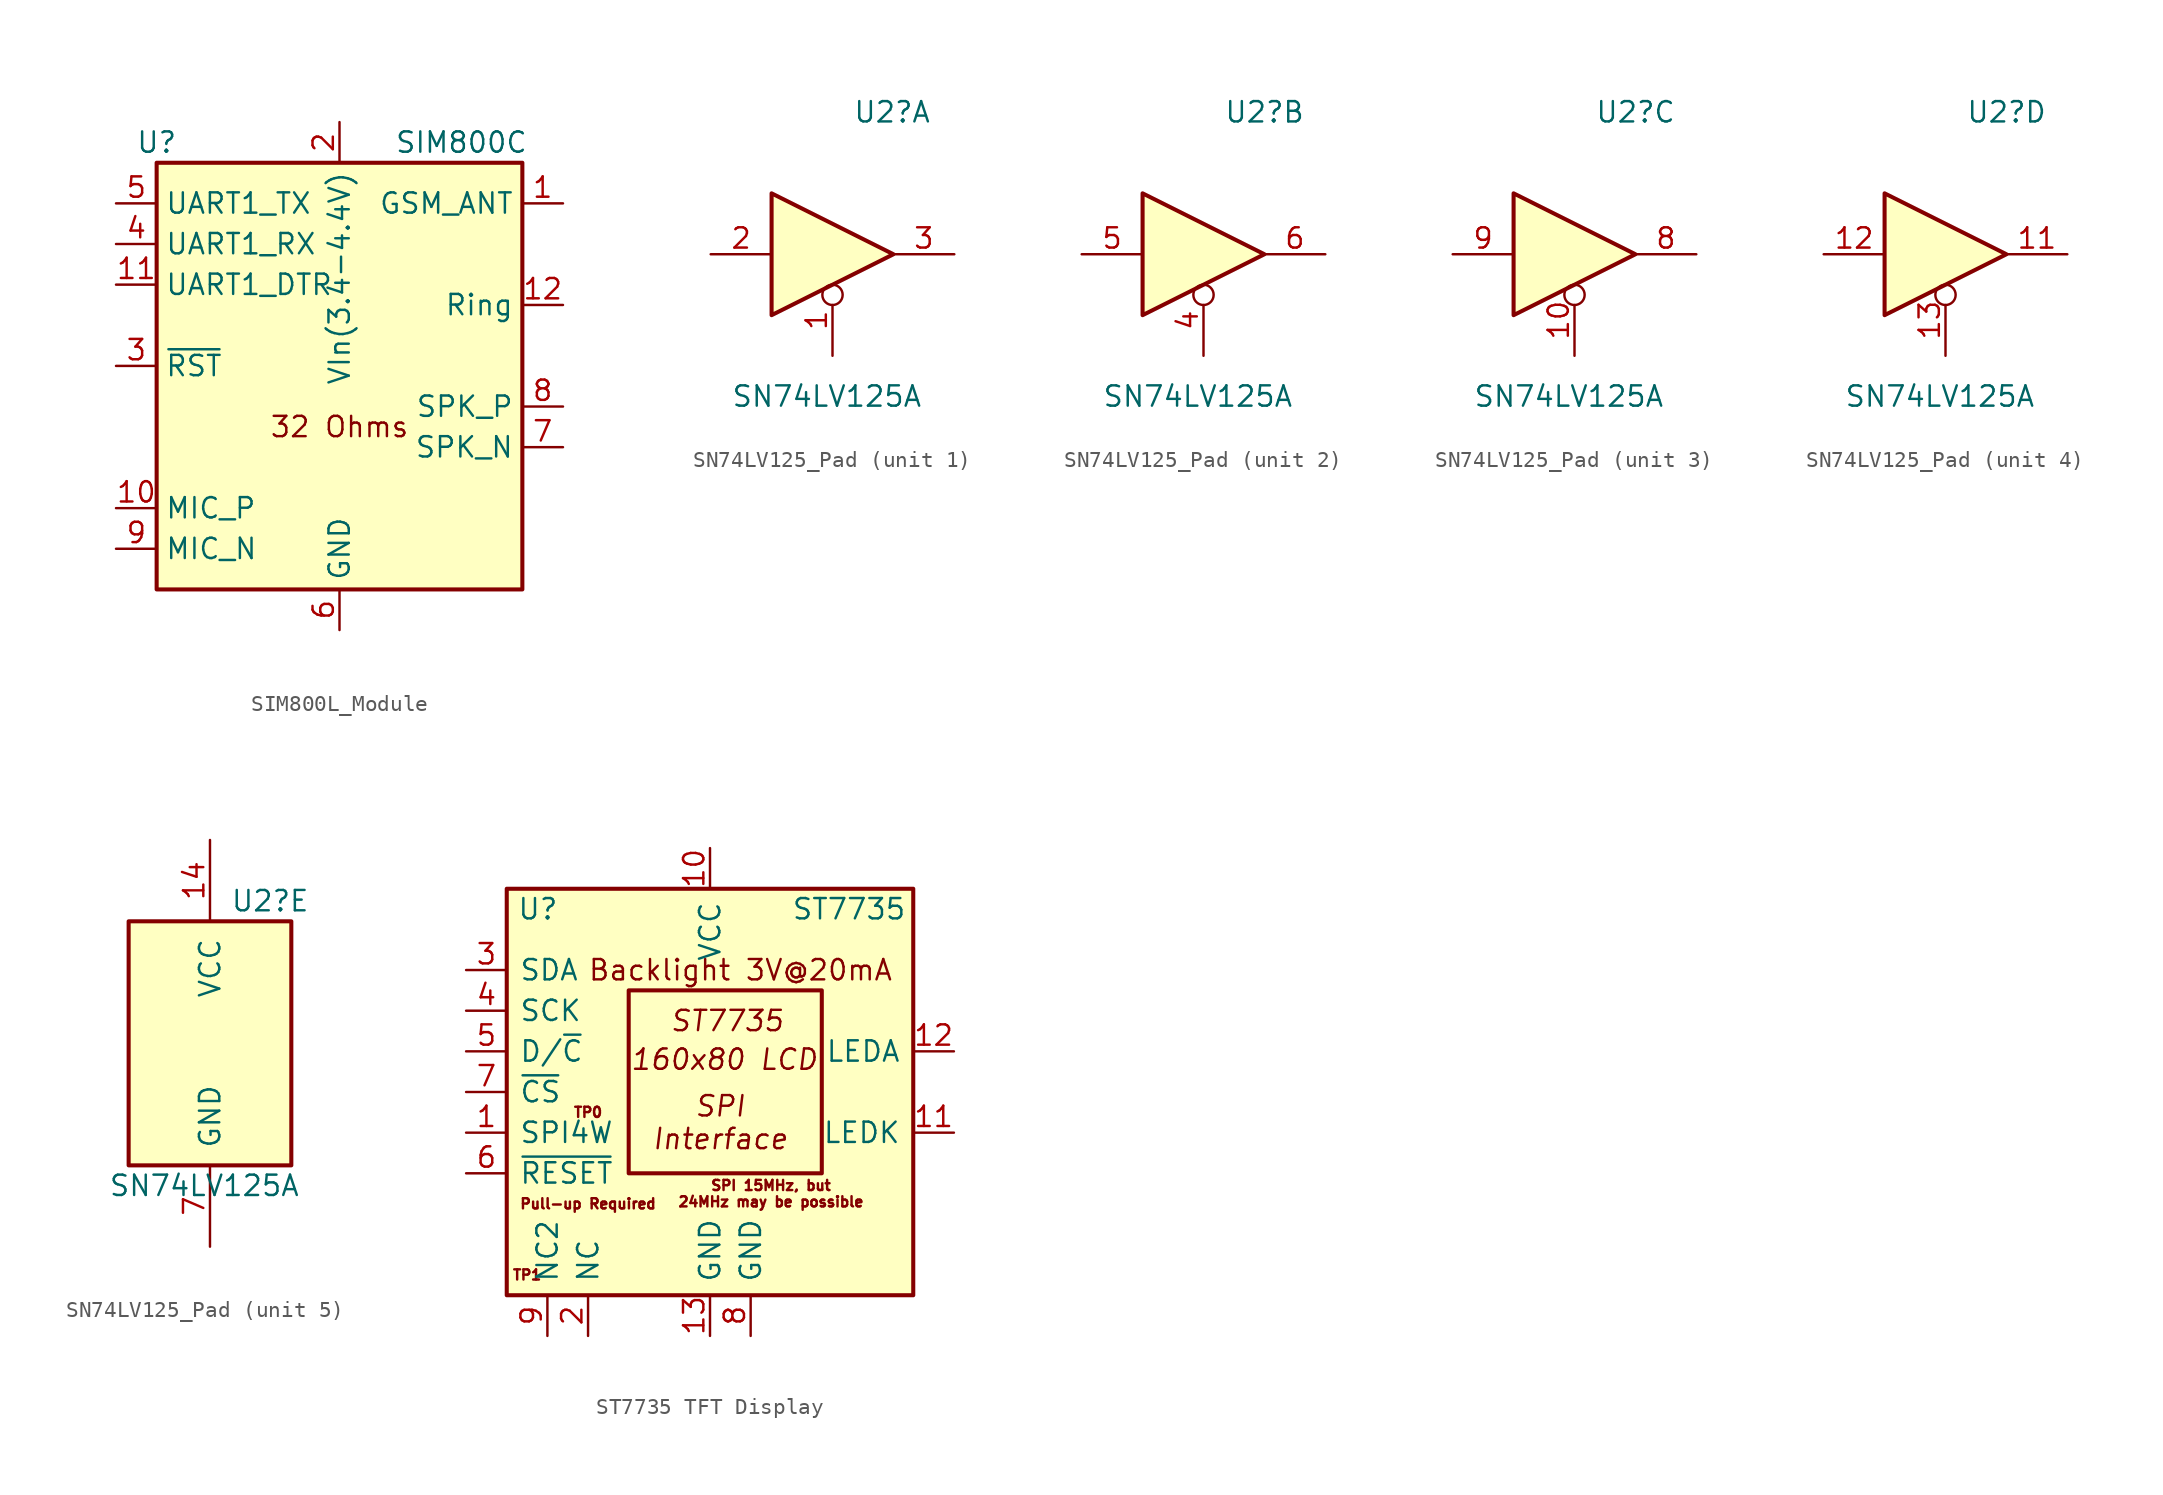
<source format=kicad_sym>
(kicad_symbol_lib
  (version 20231120)
  (generator "kicad_symbol_editor")
  (generator_version "8.0")
  (symbol "SIM800L_Module"
    (property "Reference" "U"
      (at -11.43 13.97 0)
      (effects (font (size 1.27 1.27))))
    (property "Value" "SIM800C"
      (at 7.62 13.97 0)
      (effects (font (size 1.27 1.27))))
    (symbol "SIM800L_Module_0_1"
      (rectangle (start -11.43 12.7) (end 11.43 -13.97) (stroke (width 0.254) (type default)) (fill (type background)))
      (text "32 Ohms" (at 0 -3.81 0) (effects (font (size 1.27 1.27)))))
    (symbol "SIM800L_Module_1_1"
      (pin passive line (at 13.97 10.16 180) (length 2.54) (name "GSM_ANT" (effects (font (size 1.27 1.27)))) (number "1" (effects (font (size 1.27 1.27)))))
      (pin input line (at -13.97 -8.89 0) (length 2.54) (name "MIC_P" (effects (font (size 1.27 1.27)))) (number "10" (effects (font (size 1.27 1.27)))))
      (pin input line (at -13.97 5.08 0) (length 2.54) (name "UART1_DTR" (effects (font (size 1.27 1.27)))) (number "11" (effects (font (size 1.27 1.27)))))
      (pin output line (at 13.97 3.81 180) (length 2.54) (name "Ring" (effects (font (size 1.27 1.27)))) (number "12" (effects (font (size 1.27 1.27)))))
      (pin power_in line (at 0 15.24 270) (length 2.54) (name "VIn(3.4-4.4V)" (effects (font (size 1.27 1.27)))) (number "2" (effects (font (size 1.27 1.27)))))
      (pin input line (at -13.97 0 0) (length 2.54) (name "~{RST}" (effects (font (size 1.27 1.27)))) (number "3" (effects (font (size 1.27 1.27)))))
      (pin input line (at -13.97 7.62 0) (length 2.54) (name "UART1_RX" (effects (font (size 1.27 1.27)))) (number "4" (effects (font (size 1.27 1.27)))))
      (pin output line (at -13.97 10.16 0) (length 2.54) (name "UART1_TX" (effects (font (size 1.27 1.27)))) (number "5" (effects (font (size 1.27 1.27)))))
      (pin power_in line (at 0 -16.51 90) (length 2.54) (name "GND" (effects (font (size 1.27 1.27)))) (number "6" (effects (font (size 1.27 1.27)))))
      (pin output line (at 13.97 -5.08 180) (length 2.54) (name "SPK_N" (effects (font (size 1.27 1.27)))) (number "7" (effects (font (size 1.27 1.27)))))
      (pin output line (at 13.97 -2.54 180) (length 2.54) (name "SPK_P" (effects (font (size 1.27 1.27)))) (number "8" (effects (font (size 1.27 1.27)))))
      (pin input line (at -13.97 -11.43 0) (length 2.54) (name "MIC_N" (effects (font (size 1.27 1.27)))) (number "9" (effects (font (size 1.27 1.27)))))))
  (symbol "SN74LV125_Pad"
    (pin_names
      (offset 1.016))
    (property "Reference" "U2"
      (at 1.27 8.89 0)
      (effects (font (size 1.27 1.27)) (justify left)))
    (property "Value" "SN74LV125A"
      (at -6.35 -8.89 0)
      (effects (font (size 1.27 1.27)) (justify left)))
    (property "ki_locked" ""
      (at 0 0 0)
      (effects (font (size 1.27 1.27))))
    (symbol "SN74LV125_Pad_1_0"
      (polyline (pts (xy -3.81 3.81) (xy -3.81 -3.81) (xy 3.81 0) (xy -3.81 3.81)) (stroke (width 0.254) (type default)) (fill (type background)))
      (pin input inverted (at 0 -6.35 90) (length 4.445) (name "~" (effects (font (size 1.27 1.27)))) (number "1" (effects (font (size 1.27 1.27)))))
      (pin input line (at -7.62 0 0) (length 3.81) (name "~" (effects (font (size 1.27 1.27)))) (number "2" (effects (font (size 1.27 1.27)))))
      (pin tri_state line (at 7.62 0 180) (length 3.81) (name "~" (effects (font (size 1.27 1.27)))) (number "3" (effects (font (size 1.27 1.27))))))
    (symbol "SN74LV125_Pad_2_0"
      (polyline (pts (xy -3.81 3.81) (xy -3.81 -3.81) (xy 3.81 0) (xy -3.81 3.81)) (stroke (width 0.254) (type default)) (fill (type background)))
      (pin input inverted (at 0 -6.35 90) (length 4.445) (name "~" (effects (font (size 1.27 1.27)))) (number "4" (effects (font (size 1.27 1.27)))))
      (pin input line (at -7.62 0 0) (length 3.81) (name "~" (effects (font (size 1.27 1.27)))) (number "5" (effects (font (size 1.27 1.27)))))
      (pin tri_state line (at 7.62 0 180) (length 3.81) (name "~" (effects (font (size 1.27 1.27)))) (number "6" (effects (font (size 1.27 1.27))))))
    (symbol "SN74LV125_Pad_3_0"
      (polyline (pts (xy -3.81 3.81) (xy -3.81 -3.81) (xy 3.81 0) (xy -3.81 3.81)) (stroke (width 0.254) (type default)) (fill (type background)))
      (pin input inverted (at 0 -6.35 90) (length 4.445) (name "~" (effects (font (size 1.27 1.27)))) (number "10" (effects (font (size 1.27 1.27)))))
      (pin tri_state line (at 7.62 0 180) (length 3.81) (name "~" (effects (font (size 1.27 1.27)))) (number "8" (effects (font (size 1.27 1.27)))))
      (pin input line (at -7.62 0 0) (length 3.81) (name "~" (effects (font (size 1.27 1.27)))) (number "9" (effects (font (size 1.27 1.27))))))
    (symbol "SN74LV125_Pad_4_0"
      (polyline (pts (xy -3.81 3.81) (xy -3.81 -3.81) (xy 3.81 0) (xy -3.81 3.81)) (stroke (width 0.254) (type default)) (fill (type background)))
      (pin tri_state line (at 7.62 0 180) (length 3.81) (name "~" (effects (font (size 1.27 1.27)))) (number "11" (effects (font (size 1.27 1.27)))))
      (pin input line (at -7.62 0 0) (length 3.81) (name "~" (effects (font (size 1.27 1.27)))) (number "12" (effects (font (size 1.27 1.27)))))
      (pin input inverted (at 0 -6.35 90) (length 4.445) (name "~" (effects (font (size 1.27 1.27)))) (number "13" (effects (font (size 1.27 1.27))))))
    (symbol "SN74LV125_Pad_5_0"
      (pin power_in line (at 0 12.7 270) (length 5.08) (name "VCC" (effects (font (size 1.27 1.27)))) (number "14" (effects (font (size 1.27 1.27)))))
      (pin power_in line (at 0 -12.7 90) (length 5.08) (name "GND" (effects (font (size 1.27 1.27)))) (number "7" (effects (font (size 1.27 1.27))))))
    (symbol "SN74LV125_Pad_5_1"
      (rectangle (start -5.08 7.62) (end 5.08 -7.62) (stroke (width 0.254) (type default)) (fill (type background)))
      (pin passive line (at 0 -12.7 90) (length 5.08) hide (name "GND" (effects (font (size 1.27 1.27)))) (number "15" (effects (font (size 1.27 1.27)))))))
  (symbol "ST7735 TFT Display"
    (pin_names
      (offset 0.762))
    (property "Reference" "U"
      (at -12.065 11.43 0)
      (effects (font (size 1.27 1.27)) (justify left)))
    (property "Value" "ST7735"
      (at 5.08 11.43 0)
      (effects (font (size 1.27 1.27)) (justify left)))
    (symbol "ST7735 TFT Display_0_1"
      (rectangle (start -12.7 12.7) (end 12.7 -12.7) (stroke (width 0.254) (type default)) (fill (type background)))
      (rectangle (start -5.08 6.35) (end 6.985 -5.08) (stroke (width 0.254) (type default)) (fill (type none))))
    (symbol "ST7735 TFT Display_1_0"
      (text "160x80 LCD" (at 0.889 2.032 0) (effects (font (size 1.27 1.27) (italic yes))))
      (text "Backlight 3V@20mA" (at 1.905 7.62 0) (effects (font (size 1.27 1.27))))
      (text "Pull-up Required" (at -7.62 -6.985 0) (effects (font (size 0.635 0.635))))
      (text "SPI\nInterface" (at 0.635 -1.905 0) (effects (font (size 1.27 1.27) (italic yes))))
      (text "SPI 15MHz, but\n24MHz may be possible" (at 3.81 -6.35 0) (effects (font (size 0.635 0.635))))
      (text "ST7735" (at -2.54 4.445 0) (effects (font (size 1.27 1.27) (italic yes)) (justify left)))
      (text "TP0" (at -7.62 -1.27 0) (effects (font (size 0.635 0.635))))
      (text "TP1" (at -11.43 -11.43 0) (effects (font (size 0.635 0.635)))))
    (symbol "ST7735 TFT Display_1_1"
      (pin input line (at -15.24 -2.54 0) (length 2.54) (name "SPI4W" (effects (font (size 1.27 1.27)))) (number "1" (effects (font (size 1.27 1.27)))))
      (pin power_in line (at 0 15.24 270) (length 2.54) (name "VCC" (effects (font (size 1.27 1.27)))) (number "10" (effects (font (size 1.27 1.27)))))
      (pin input line (at 15.24 -2.54 180) (length 2.54) (name "LEDK" (effects (font (size 1.27 1.27)))) (number "11" (effects (font (size 1.27 1.27)))))
      (pin input line (at 15.24 2.54 180) (length 2.54) (name "LEDA" (effects (font (size 1.27 1.27)))) (number "12" (effects (font (size 1.27 1.27)))))
      (pin power_in line (at 0 -15.24 90) (length 2.54) (name "GND" (effects (font (size 1.27 1.27)))) (number "13" (effects (font (size 1.27 1.27)))))
      (pin passive line (at -7.62 -15.24 90) (length 2.54) (name "NC" (effects (font (size 1.27 1.27)))) (number "2" (effects (font (size 1.27 1.27)))))
      (pin bidirectional line (at -15.24 7.62 0) (length 2.54) (name "SDA" (effects (font (size 1.27 1.27)))) (number "3" (effects (font (size 1.27 1.27)))))
      (pin input line (at -15.24 5.08 0) (length 2.54) (name "SCK" (effects (font (size 1.27 1.27)))) (number "4" (effects (font (size 1.27 1.27)))))
      (pin input line (at -15.24 2.54 0) (length 2.54) (name "D/~{C}" (effects (font (size 1.27 1.27)))) (number "5" (effects (font (size 1.27 1.27)))))
      (pin input line (at -15.24 -5.08 0) (length 2.54) (name "~{RESET}" (effects (font (size 1.27 1.27)))) (number "6" (effects (font (size 1.27 1.27)))))
      (pin input line (at -15.24 0 0) (length 2.54) (name "~{CS}" (effects (font (size 1.27 1.27)))) (number "7" (effects (font (size 1.27 1.27)))))
      (pin power_in line (at 2.54 -15.24 90) (length 2.54) (name "GND" (effects (font (size 1.27 1.27)))) (number "8" (effects (font (size 1.27 1.27)))))
      (pin passive line (at -10.16 -15.24 90) (length 2.54) (name "NC2" (effects (font (size 1.27 1.27)))) (number "9" (effects (font (size 1.27 1.27))))))))
</source>
